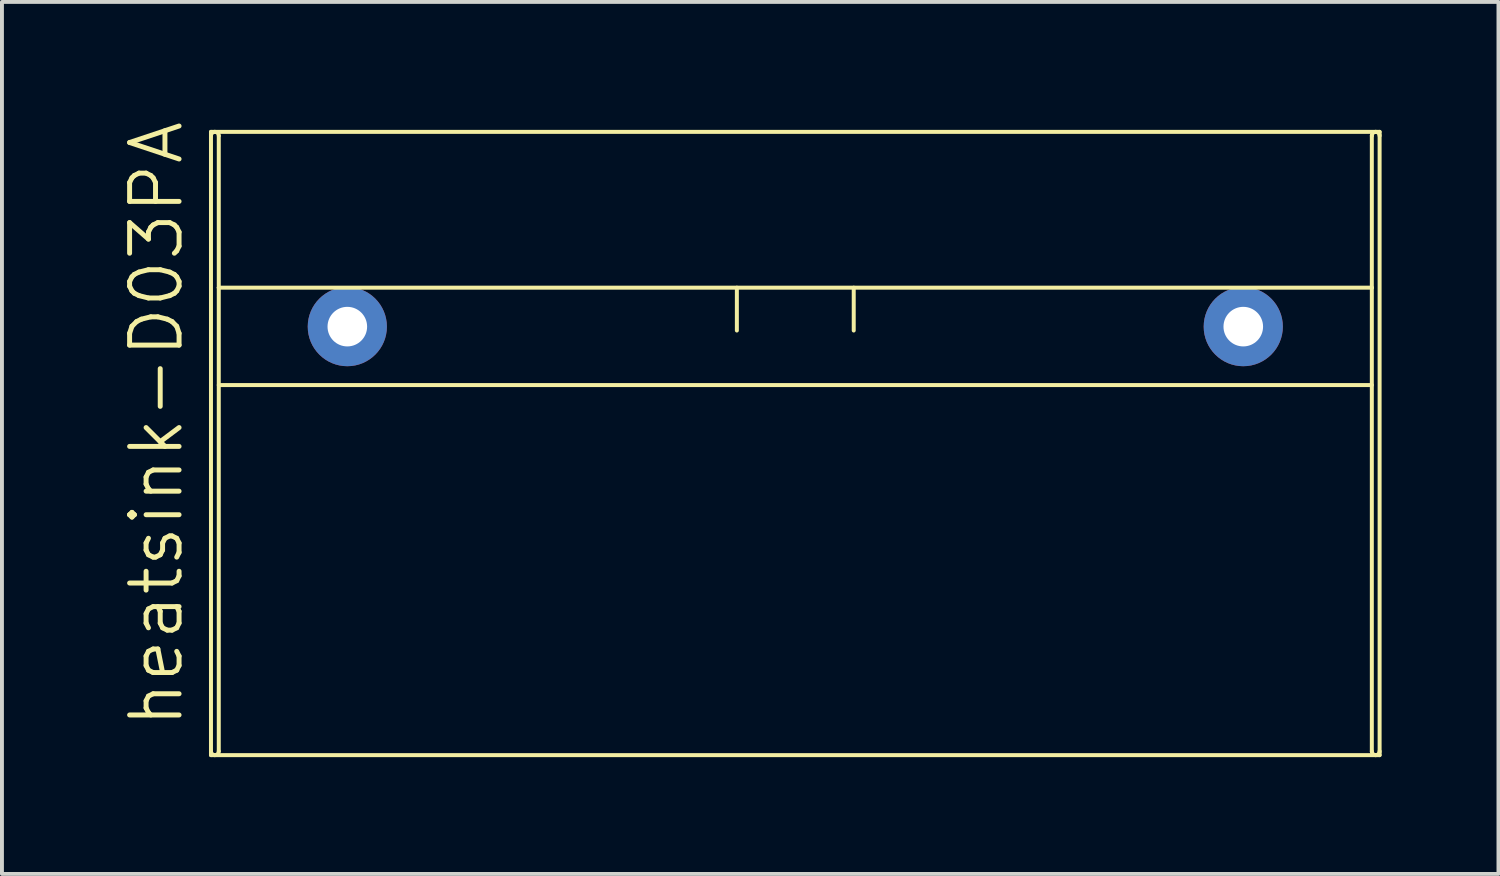
<source format=kicad_pcb>
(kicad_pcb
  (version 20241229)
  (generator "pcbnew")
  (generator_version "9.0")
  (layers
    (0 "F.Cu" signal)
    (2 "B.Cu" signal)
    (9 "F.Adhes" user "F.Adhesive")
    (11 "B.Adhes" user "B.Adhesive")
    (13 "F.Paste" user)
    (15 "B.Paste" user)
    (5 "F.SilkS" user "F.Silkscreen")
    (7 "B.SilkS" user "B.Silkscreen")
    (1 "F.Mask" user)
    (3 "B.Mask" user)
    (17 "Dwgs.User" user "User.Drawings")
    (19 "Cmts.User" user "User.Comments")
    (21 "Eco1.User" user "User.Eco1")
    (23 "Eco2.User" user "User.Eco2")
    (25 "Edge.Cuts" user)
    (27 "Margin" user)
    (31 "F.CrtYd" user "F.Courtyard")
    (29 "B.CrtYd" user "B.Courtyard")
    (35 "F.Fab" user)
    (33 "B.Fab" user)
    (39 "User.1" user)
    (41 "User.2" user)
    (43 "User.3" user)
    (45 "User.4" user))
  (footprint "heatsink-D03PA"
    (layer "F.Cu")
    (at 17.366 4.335)
    (property "Reference" "heatsink-D03PA" (at -16.4 3.5 90) (layer "F.SilkS") (effects (font (size 1.27 1.27) (thickness 0.127))))
    (attr exclude_from_pos_files exclude_from_bom)
    (fp_line (start -15 -4) (end -15 12) (stroke (width 0.102) (type solid)) (layer "F.SilkS"))
    (fp_line (start -15 12) (end 15 12) (stroke (width 0.102) (type solid)) (layer "F.SilkS"))
    (fp_line (start -14.8 -3.9) (end -14.8 0) (stroke (width 0.102) (type solid)) (layer "F.SilkS"))
    (fp_line (start -14.8 0) (end -14.8 11.9) (stroke (width 0.102) (type solid)) (layer "F.SilkS"))
    (fp_line (start -14.8 0) (end 14.8 0) (stroke (width 0.102) (type solid)) (layer "F.SilkS"))
    (fp_line (start -1.5 0) (end -1.5 1.1) (stroke (width 0.102) (type solid)) (layer "F.SilkS"))
    (fp_line (start 1.5 0) (end 1.5 1.1) (stroke (width 0.102) (type solid)) (layer "F.SilkS"))
    (fp_line (start 14.8 -3.9) (end 14.8 0) (stroke (width 0.102) (type solid)) (layer "F.SilkS"))
    (fp_line (start 14.8 2.5) (end -14.8 2.5) (stroke (width 0.102) (type solid)) (layer "F.SilkS"))
    (fp_line (start 14.8 11.9) (end 14.8 0) (stroke (width 0.102) (type solid)) (layer "F.SilkS"))
    (fp_line (start 15 -4) (end -15 -4) (stroke (width 0.102) (type solid)) (layer "F.SilkS"))
    (fp_line (start 15 12) (end 15 -4) (stroke (width 0.102) (type solid)) (layer "F.SilkS"))
    (fp_arc (start -15 -3.9) (mid -14.970711 -3.970711) (end -14.9 -4) (stroke (width 0.1016) (type solid)) (layer "F.SilkS"))
    (fp_arc (start -14.9 -4) (mid -14.829289 -3.970711) (end -14.8 -3.9) (stroke (width 0.1016) (type solid)) (layer "F.SilkS"))
    (fp_arc (start -14.9 12) (mid -14.970711 11.970711) (end -15 11.9) (stroke (width 0.1016) (type solid)) (layer "F.SilkS"))
    (fp_arc (start -14.8 11.9) (mid -14.829289 11.970711) (end -14.9 12) (stroke (width 0.1016) (type solid)) (layer "F.SilkS"))
    (fp_arc (start 14.8 -3.9) (mid 14.829289 -3.970711) (end 14.9 -4) (stroke (width 0.1016) (type solid)) (layer "F.SilkS"))
    (fp_arc (start 14.9 -4) (mid 14.970711 -3.970711) (end 15 -3.9) (stroke (width 0.1016) (type solid)) (layer "F.SilkS"))
    (fp_arc (start 14.9 12) (mid 14.829289 11.970711) (end 14.8 11.9) (stroke (width 0.1016) (type solid)) (layer "F.SilkS"))
    (fp_arc (start 15 11.9) (mid 14.970711 11.970711) (end 14.9 12) (stroke (width 0.1016) (type solid)) (layer "F.SilkS"))
    (pad "A" thru_hole circle (at -11.5 1) (size 2.032 2.032) (drill 1.016) (layers "*.Cu" "*.Mask"))
    (pad "B" thru_hole circle (at 11.5 1) (size 2.032 2.032) (drill 1.016) (layers "*.Cu" "*.Mask")))
  (gr_rect
    (start -3 -3)
    (end 35.417 19.385)
    (stroke (width 0.1) (type default))
    (fill no)
    (layer "Edge.Cuts")))
</source>
